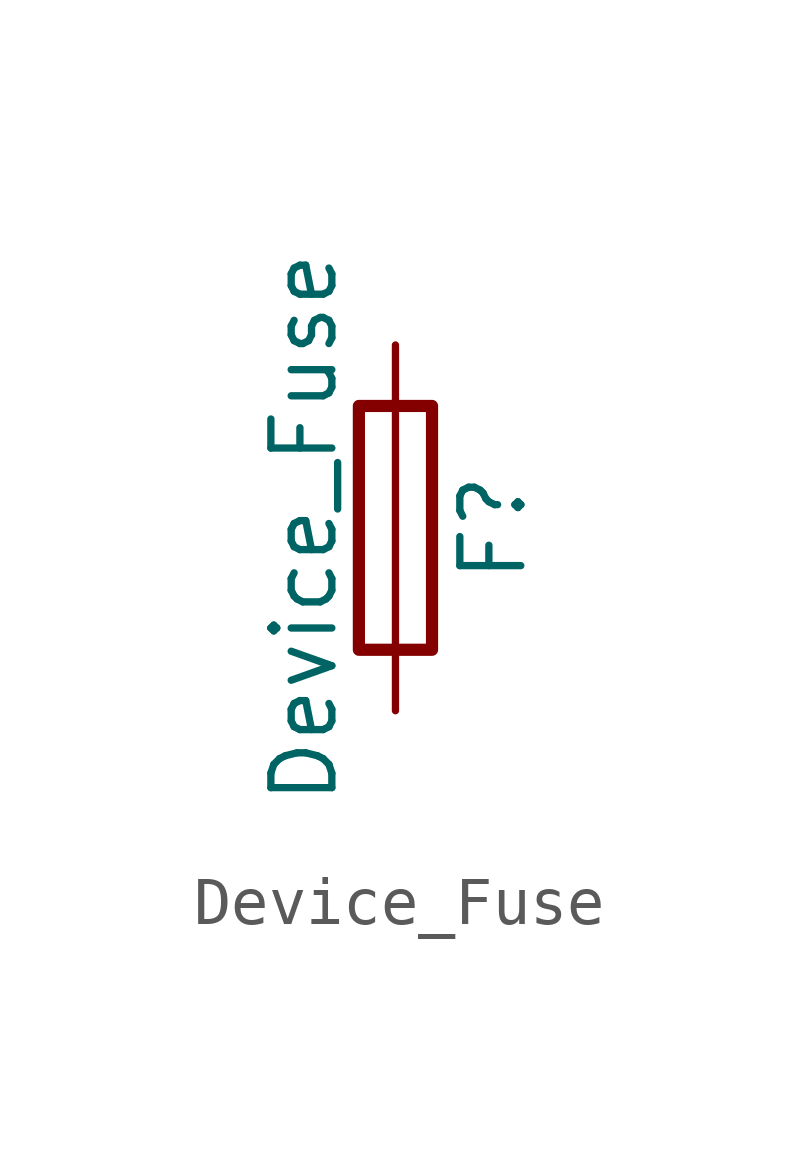
<source format=kicad_sym>
(kicad_symbol_lib
  (version 20220914)
  (generator kicad_symbol_editor)
  (symbol "Device_Fuse"
    (pin_numbers hide)
    (pin_names
      (offset 0))
    (property "Reference" "F"
      (at 2.032 0 90)
      (effects (font (size 1.27 1.27))))
    (property "Value" "Device_Fuse"
      (at -1.905 0 90)
      (effects (font (size 1.27 1.27))))
    (symbol "Device_Fuse_0_1"
      (rectangle (start -0.762 -2.54) (end 0.762 2.54) (stroke (width 0.254) (type solid)) (fill (type none)))
      (polyline (pts (xy 0 2.54) (xy 0 -2.54)) (stroke (width 0) (type solid)) (fill (type none))))
    (symbol "Device_Fuse_1_1"
      (pin passive line (at 0 3.81 270) (length 1.27) (name "~" (effects (font (size 1.27 1.27)))) (number "1" (effects (font (size 1.27 1.27)))))
      (pin passive line (at 0 -3.81 90) (length 1.27) (name "~" (effects (font (size 1.27 1.27)))) (number "2" (effects (font (size 1.27 1.27))))))))
</source>
